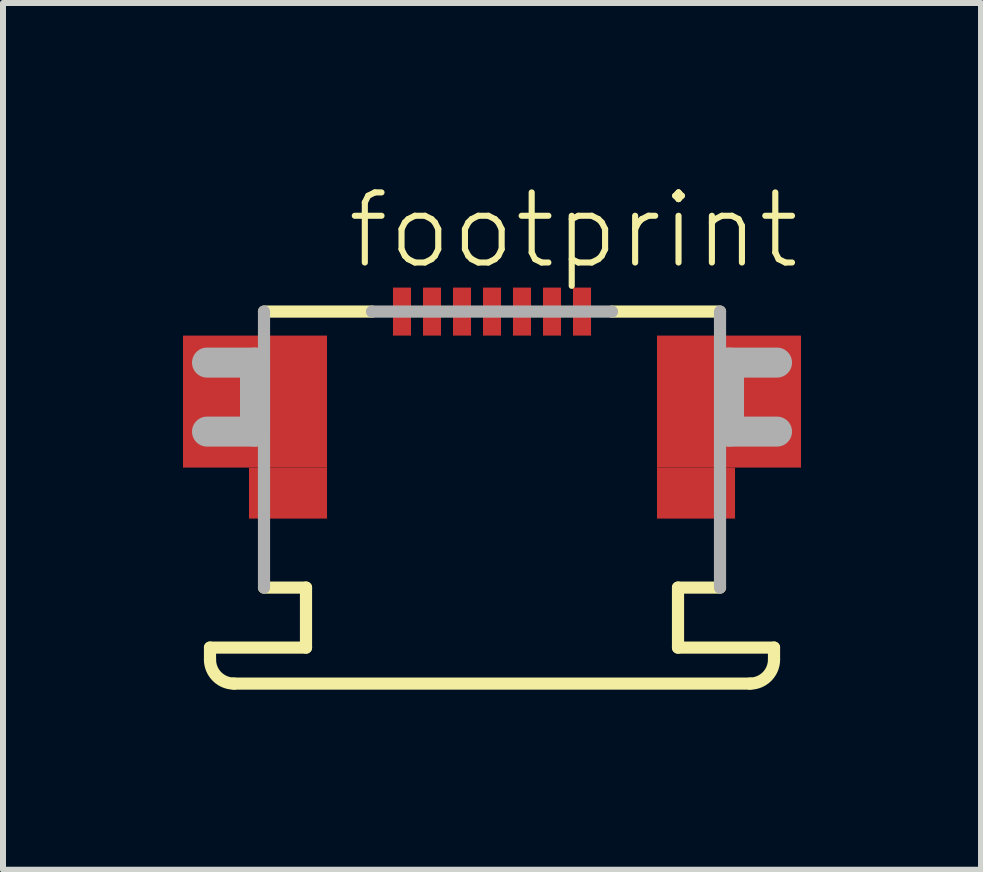
<source format=kicad_pcb>
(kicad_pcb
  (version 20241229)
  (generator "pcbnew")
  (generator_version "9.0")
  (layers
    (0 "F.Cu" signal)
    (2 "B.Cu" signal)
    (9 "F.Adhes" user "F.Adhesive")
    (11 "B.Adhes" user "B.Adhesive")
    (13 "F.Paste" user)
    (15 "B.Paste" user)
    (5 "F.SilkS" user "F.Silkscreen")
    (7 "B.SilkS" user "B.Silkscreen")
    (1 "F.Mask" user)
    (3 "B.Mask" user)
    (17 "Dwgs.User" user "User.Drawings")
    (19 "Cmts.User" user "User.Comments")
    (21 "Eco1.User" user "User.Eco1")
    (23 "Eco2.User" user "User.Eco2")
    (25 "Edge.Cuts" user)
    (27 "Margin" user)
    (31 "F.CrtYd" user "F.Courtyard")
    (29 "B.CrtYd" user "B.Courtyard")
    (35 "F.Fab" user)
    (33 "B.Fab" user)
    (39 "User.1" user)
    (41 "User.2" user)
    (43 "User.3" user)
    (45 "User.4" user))
  (footprint "footprint"
    (layer "F.Cu")
    (at 5.15 2.743)
    (property "Reference" "footprint" (at -2.465 -1.27 0) (layer "F.SilkS") (effects (font (size 1.168 1.168) (thickness 0.102)) (justify left bottom)))
    (fp_poly (pts (xy -5.15 2) (xy -2.75 2) (xy -2.75 -0.2) (xy -5.15 -0.2)) (stroke (width 0) (type solid)) (fill yes) (layer "F.Cu"))
    (fp_poly (pts (xy -4.05 2.85) (xy -2.75 2.85) (xy -2.75 2) (xy -4.05 2)) (stroke (width 0) (type solid)) (fill yes) (layer "F.Cu"))
    (fp_poly (pts (xy 2.75 2) (xy 5.15 2) (xy 5.15 -0.2) (xy 2.75 -0.2)) (stroke (width 0) (type solid)) (fill yes) (layer "F.Cu"))
    (fp_poly (pts (xy 2.75 2.85) (xy 4.05 2.85) (xy 4.05 2) (xy 2.75 2)) (stroke (width 0) (type solid)) (fill yes) (layer "F.Cu"))
    (fp_poly (pts (xy -5.15 2) (xy -2.75 2) (xy -2.75 -0.2) (xy -5.15 -0.2)) (stroke (width 0) (type solid)) (fill yes) (layer "F.Mask"))
    (fp_poly (pts (xy -4.05 2.85) (xy -2.75 2.85) (xy -2.75 2) (xy -4.05 2)) (stroke (width 0) (type solid)) (fill yes) (layer "F.Mask"))
    (fp_poly (pts (xy -1.675 -0.175) (xy -1.325 -0.175) (xy -1.325 -1.025) (xy -1.675 -1.025)) (stroke (width 0) (type solid)) (fill yes) (layer "F.Mask"))
    (fp_poly (pts (xy -1.175 -0.175) (xy -0.825 -0.175) (xy -0.825 -1.025) (xy -1.175 -1.025)) (stroke (width 0) (type solid)) (fill yes) (layer "F.Mask"))
    (fp_poly (pts (xy -0.675 -0.175) (xy -0.325 -0.175) (xy -0.325 -1.025) (xy -0.675 -1.025)) (stroke (width 0) (type solid)) (fill yes) (layer "F.Mask"))
    (fp_poly (pts (xy -0.175 -0.175) (xy 0.175 -0.175) (xy 0.175 -1.025) (xy -0.175 -1.025)) (stroke (width 0) (type solid)) (fill yes) (layer "F.Mask"))
    (fp_poly (pts (xy 0.325 -0.175) (xy 0.675 -0.175) (xy 0.675 -1.025) (xy 0.325 -1.025)) (stroke (width 0) (type solid)) (fill yes) (layer "F.Mask"))
    (fp_poly (pts (xy 0.825 -0.175) (xy 1.175 -0.175) (xy 1.175 -1.025) (xy 0.825 -1.025)) (stroke (width 0) (type solid)) (fill yes) (layer "F.Mask"))
    (fp_poly (pts (xy 1.325 -0.175) (xy 1.675 -0.175) (xy 1.675 -1.025) (xy 1.325 -1.025)) (stroke (width 0) (type solid)) (fill yes) (layer "F.Mask"))
    (fp_poly (pts (xy 2.75 2) (xy 5.15 2) (xy 5.15 -0.2) (xy 2.75 -0.2)) (stroke (width 0) (type solid)) (fill yes) (layer "F.Mask"))
    (fp_poly (pts (xy 2.75 2.85) (xy 4.05 2.85) (xy 4.05 2) (xy 2.75 2)) (stroke (width 0) (type solid)) (fill yes) (layer "F.Mask"))
    (fp_line (start -4.7 5) (end -3.1 5) (stroke (width 0.203) (type solid)) (layer "F.SilkS"))
    (fp_line (start -4.7 5.2) (end -4.7 5) (stroke (width 0.203) (type solid)) (layer "F.SilkS"))
    (fp_line (start -3.8 -0.6) (end -2 -0.6) (stroke (width 0.203) (type solid)) (layer "F.SilkS"))
    (fp_line (start -3.1 4) (end -3.8 4) (stroke (width 0.203) (type solid)) (layer "F.SilkS"))
    (fp_line (start -3.1 5) (end -3.1 4) (stroke (width 0.203) (type solid)) (layer "F.SilkS"))
    (fp_line (start 2 -0.6) (end 3.8 -0.6) (stroke (width 0.203) (type solid)) (layer "F.SilkS"))
    (fp_line (start 3.1 4) (end 3.1 5) (stroke (width 0.203) (type solid)) (layer "F.SilkS"))
    (fp_line (start 3.1 5) (end 4.7 5) (stroke (width 0.203) (type solid)) (layer "F.SilkS"))
    (fp_line (start 3.8 4) (end 3.1 4) (stroke (width 0.203) (type solid)) (layer "F.SilkS"))
    (fp_line (start 4.3 5.6) (end -4.3 5.6) (stroke (width 0.203) (type solid)) (layer "F.SilkS"))
    (fp_line (start 4.7 5) (end 4.7 5.2) (stroke (width 0.203) (type solid)) (layer "F.SilkS"))
    (fp_arc (start -4.3 5.6) (mid -4.582843 5.482843) (end -4.7 5.2) (stroke (width 0.2032) (type solid)) (layer "F.SilkS"))
    (fp_arc (start 4.7 5.2) (mid 4.582843 5.482843) (end 4.3 5.6) (stroke (width 0.2032) (type solid)) (layer "F.SilkS"))
    (fp_poly (pts (xy -5.025 1.9) (xy -2.85 1.9) (xy -2.85 -0.075) (xy -5.025 -0.075)) (stroke (width 0) (type solid)) (fill yes) (layer "F.Paste"))
    (fp_poly (pts (xy -3.95 2.75) (xy -2.85 2.75) (xy -2.85 1.9) (xy -3.95 1.9)) (stroke (width 0) (type solid)) (fill yes) (layer "F.Paste"))
    (fp_poly (pts (xy 2.85 1.9) (xy 5.025 1.9) (xy 5.025 -0.075) (xy 2.85 -0.075)) (stroke (width 0) (type solid)) (fill yes) (layer "F.Paste"))
    (fp_poly (pts (xy 2.85 2.75) (xy 3.95 2.75) (xy 3.95 1.9) (xy 2.85 1.9)) (stroke (width 0) (type solid)) (fill yes) (layer "F.Paste"))
    (fp_line (start -4.75 0.25) (end -3.95 0.25) (stroke (width 0.5) (type solid)) (layer "F.Fab"))
    (fp_line (start -3.95 0.25) (end -3.95 1.4) (stroke (width 0.5) (type solid)) (layer "F.Fab"))
    (fp_line (start -3.95 1.4) (end -4.75 1.4) (stroke (width 0.5) (type solid)) (layer "F.Fab"))
    (fp_line (start -3.8 4) (end -3.8 -0.6) (stroke (width 0.203) (type solid)) (layer "F.Fab"))
    (fp_line (start -2 -0.6) (end 2 -0.6) (stroke (width 0.203) (type solid)) (layer "F.Fab"))
    (fp_line (start 3.8 -0.6) (end 3.8 4) (stroke (width 0.203) (type solid)) (layer "F.Fab"))
    (fp_line (start 3.95 0.25) (end 4.75 0.25) (stroke (width 0.5) (type solid)) (layer "F.Fab"))
    (fp_line (start 3.95 1.4) (end 3.95 0.25) (stroke (width 0.5) (type solid)) (layer "F.Fab"))
    (fp_line (start 4.75 1.4) (end 3.95 1.4) (stroke (width 0.5) (type solid)) (layer "F.Fab"))
    (pad "1" smd rect (at -1.5 -0.6) (size 0.3 0.8) (layers "F.Cu" "F.Paste"))
    (pad "2" smd rect (at -1 -0.6) (size 0.3 0.8) (layers "F.Cu" "F.Paste"))
    (pad "3" smd rect (at -0.5 -0.6) (size 0.3 0.8) (layers "F.Cu" "F.Paste"))
    (pad "4" smd rect (at 0 -0.6) (size 0.3 0.8) (layers "F.Cu" "F.Paste"))
    (pad "5" smd rect (at 0.5 -0.6) (size 0.3 0.8) (layers "F.Cu" "F.Paste"))
    (pad "6" smd rect (at 1 -0.6) (size 0.3 0.8) (layers "F.Cu" "F.Paste"))
    (pad "7" smd rect (at 1.5 -0.6) (size 0.3 0.8) (layers "F.Cu" "F.Paste")))
  (gr_rect
    (start -3 -3)
    (end 13.3 11.445)
    (stroke (width 0.1) (type default))
    (fill no)
    (layer "Edge.Cuts")))
</source>
